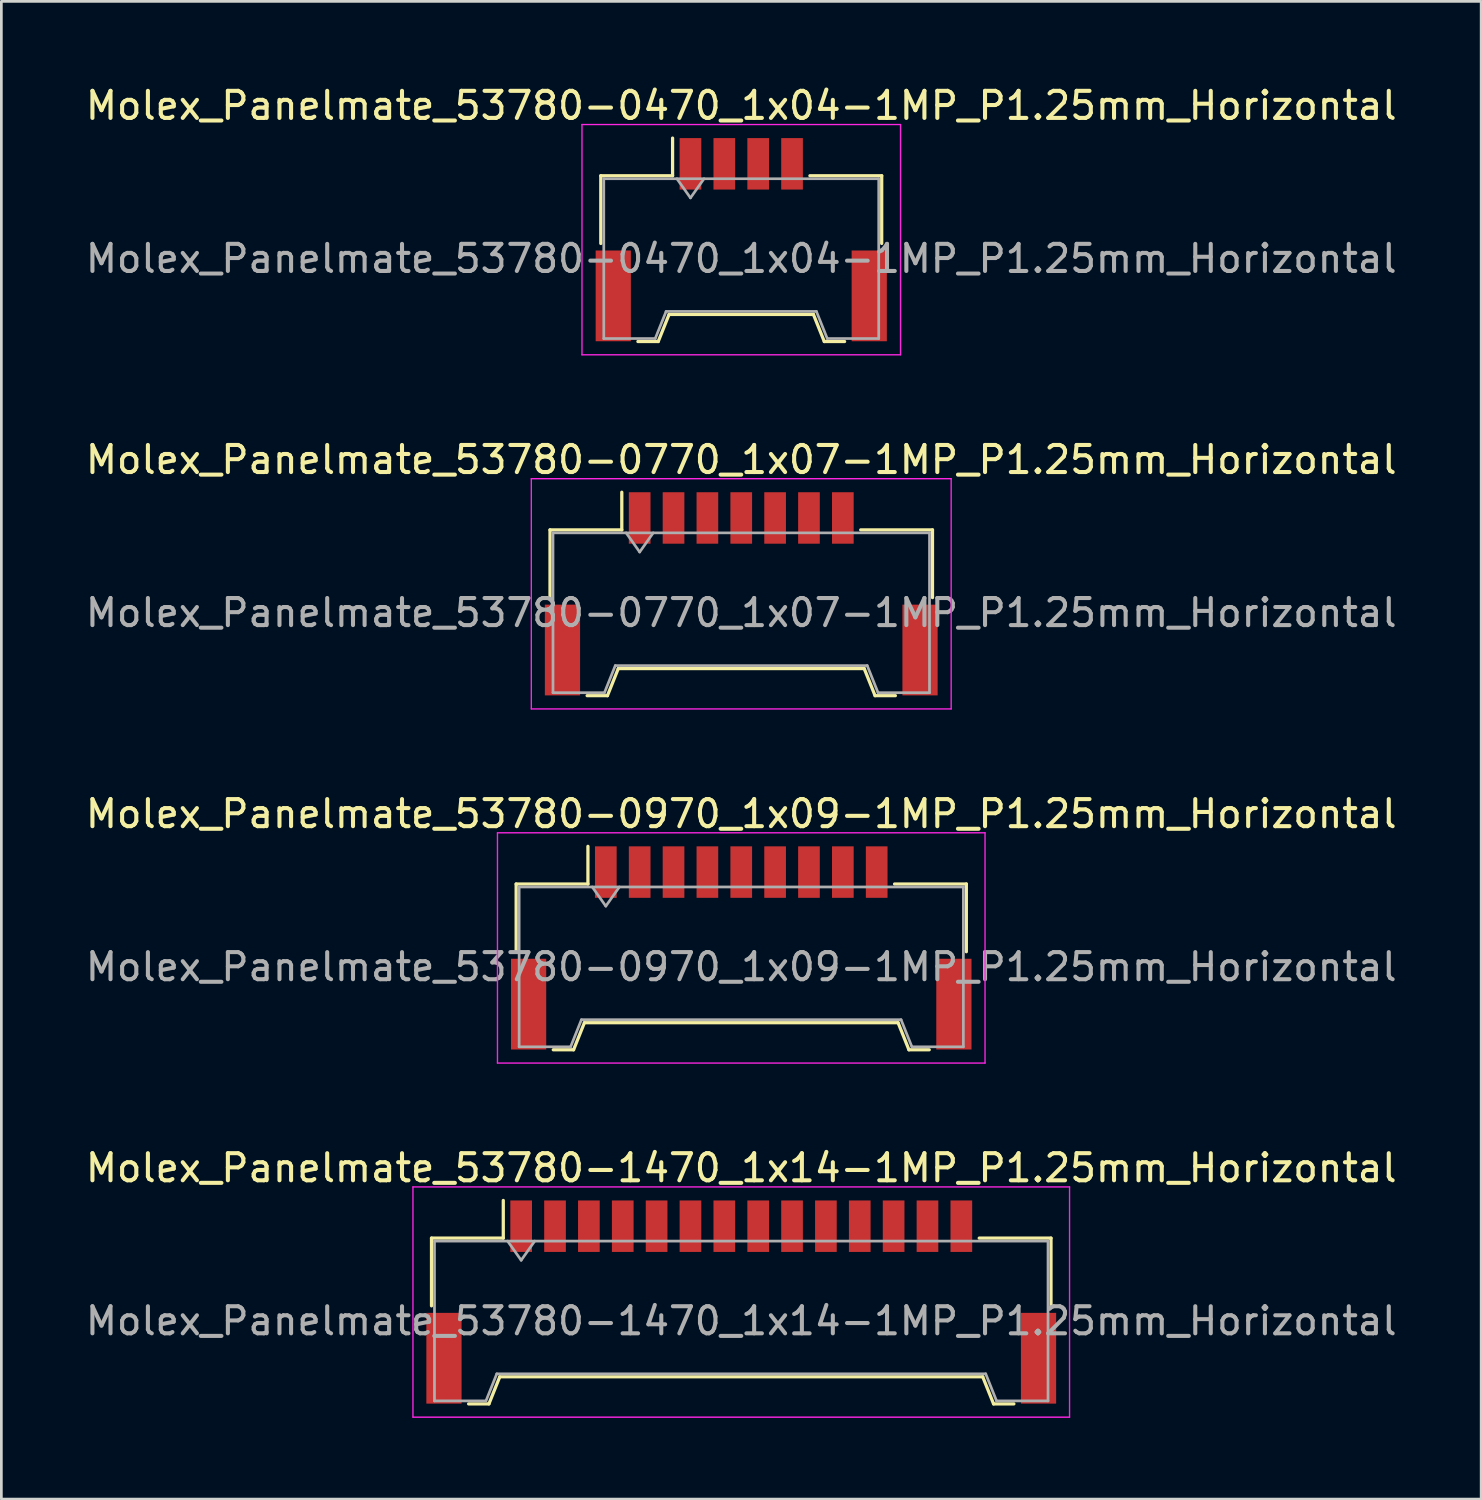
<source format=kicad_pcb>
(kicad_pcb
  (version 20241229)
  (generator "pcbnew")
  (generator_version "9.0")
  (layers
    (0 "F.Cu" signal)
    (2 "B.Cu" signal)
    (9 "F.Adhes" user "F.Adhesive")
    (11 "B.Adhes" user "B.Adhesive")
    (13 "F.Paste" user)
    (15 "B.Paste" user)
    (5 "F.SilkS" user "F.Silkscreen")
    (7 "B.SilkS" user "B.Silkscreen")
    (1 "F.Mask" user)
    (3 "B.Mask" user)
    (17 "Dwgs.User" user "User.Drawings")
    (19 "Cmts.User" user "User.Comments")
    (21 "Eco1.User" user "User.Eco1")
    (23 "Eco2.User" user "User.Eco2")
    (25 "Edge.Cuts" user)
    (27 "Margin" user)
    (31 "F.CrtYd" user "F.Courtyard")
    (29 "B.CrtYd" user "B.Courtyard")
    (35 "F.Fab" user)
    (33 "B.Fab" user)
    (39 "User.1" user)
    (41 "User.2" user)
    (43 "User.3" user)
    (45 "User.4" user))
  (footprint "Molex_Panelmate_53780-0970_1x09-1MP_P1.25mm_Horizontal"
    (layer "F.Cu")
    (at 24.315 31.945)
    (property "Reference" "Molex_Panelmate_53780-0970_1x09-1MP_P1.25mm_Horizontal" (at 0 -4.95 0) (layer "F.SilkS") (effects (font (size 1 1) (thickness 0.15))))
    (attr smd)
    (fp_line (start -8.31 -2.36) (end -5.66 -2.36) (stroke (width 0.12) (type solid)) (layer "F.SilkS"))
    (fp_line (start -8.31 0.14) (end -8.31 -2.36) (stroke (width 0.12) (type solid)) (layer "F.SilkS"))
    (fp_line (start -6.94 3.76) (end -6.19 3.76) (stroke (width 0.12) (type solid)) (layer "F.SilkS"))
    (fp_line (start -6.19 3.76) (end -5.79 2.76) (stroke (width 0.12) (type solid)) (layer "F.SilkS"))
    (fp_line (start -5.79 2.76) (end 5.79 2.76) (stroke (width 0.12) (type solid)) (layer "F.SilkS"))
    (fp_line (start -5.66 -2.36) (end -5.66 -3.75) (stroke (width 0.12) (type solid)) (layer "F.SilkS"))
    (fp_line (start 5.79 2.76) (end 6.19 3.76) (stroke (width 0.12) (type solid)) (layer "F.SilkS"))
    (fp_line (start 6.19 3.76) (end 6.94 3.76) (stroke (width 0.12) (type solid)) (layer "F.SilkS"))
    (fp_line (start 8.31 -2.36) (end 5.66 -2.36) (stroke (width 0.12) (type solid)) (layer "F.SilkS"))
    (fp_line (start 8.31 0.14) (end 8.31 -2.36) (stroke (width 0.12) (type solid)) (layer "F.SilkS"))
    (fp_line (start -9 -4.25) (end -9 4.25) (stroke (width 0.05) (type solid)) (layer "F.CrtYd"))
    (fp_line (start -9 4.25) (end 9 4.25) (stroke (width 0.05) (type solid)) (layer "F.CrtYd"))
    (fp_line (start 9 -4.25) (end -9 -4.25) (stroke (width 0.05) (type solid)) (layer "F.CrtYd"))
    (fp_line (start 9 4.25) (end 9 -4.25) (stroke (width 0.05) (type solid)) (layer "F.CrtYd"))
    (fp_line (start -8.2 -2.25) (end -8.2 3.65) (stroke (width 0.1) (type solid)) (layer "F.Fab"))
    (fp_line (start -8.2 -2.25) (end 8.2 -2.25) (stroke (width 0.1) (type solid)) (layer "F.Fab"))
    (fp_line (start -8.2 3.65) (end -6.3 3.65) (stroke (width 0.1) (type solid)) (layer "F.Fab"))
    (fp_line (start -6.3 3.65) (end -5.9 2.65) (stroke (width 0.1) (type solid)) (layer "F.Fab"))
    (fp_line (start -5.9 2.65) (end 5.9 2.65) (stroke (width 0.1) (type solid)) (layer "F.Fab"))
    (fp_line (start -5.5 -2.25) (end -5 -1.543) (stroke (width 0.1) (type solid)) (layer "F.Fab"))
    (fp_line (start -5 -1.543) (end -4.5 -2.25) (stroke (width 0.1) (type solid)) (layer "F.Fab"))
    (fp_line (start 5.9 2.65) (end 6.3 3.65) (stroke (width 0.1) (type solid)) (layer "F.Fab"))
    (fp_line (start 6.3 3.65) (end 8.2 3.65) (stroke (width 0.1) (type solid)) (layer "F.Fab"))
    (fp_line (start 8.2 -2.25) (end 8.2 3.65) (stroke (width 0.1) (type solid)) (layer "F.Fab"))
    (fp_text user "${REFERENCE}" (at 0 0.7 0) (layer "F.Fab") (effects (font (size 1 1) (thickness 0.15))))
    (pad "1" smd rect (at -5 -2.8) (size 0.8 1.9) (layers "F.Cu" "F.Mask" "F.Paste"))
    (pad "2" smd rect (at -3.75 -2.8) (size 0.8 1.9) (layers "F.Cu" "F.Mask" "F.Paste"))
    (pad "3" smd rect (at -2.5 -2.8) (size 0.8 1.9) (layers "F.Cu" "F.Mask" "F.Paste"))
    (pad "4" smd rect (at -1.25 -2.8) (size 0.8 1.9) (layers "F.Cu" "F.Mask" "F.Paste"))
    (pad "5" smd rect (at 0 -2.8) (size 0.8 1.9) (layers "F.Cu" "F.Mask" "F.Paste"))
    (pad "6" smd rect (at 1.25 -2.8) (size 0.8 1.9) (layers "F.Cu" "F.Mask" "F.Paste"))
    (pad "7" smd rect (at 2.5 -2.8) (size 0.8 1.9) (layers "F.Cu" "F.Mask" "F.Paste"))
    (pad "8" smd rect (at 3.75 -2.8) (size 0.8 1.9) (layers "F.Cu" "F.Mask" "F.Paste"))
    (pad "9" smd rect (at 5 -2.8) (size 0.8 1.9) (layers "F.Cu" "F.Mask" "F.Paste"))
    (pad "MP" smd rect (at -7.85 2.075) (size 1.3 3.35) (layers "F.Cu" "F.Mask" "F.Paste"))
    (pad "MP" smd rect (at 7.85 2.075) (size 1.3 3.35) (layers "F.Cu" "F.Mask" "F.Paste")))
  (footprint "Molex_Panelmate_53780-1470_1x14-1MP_P1.25mm_Horizontal"
    (layer "F.Cu")
    (at 24.315 45.018)
    (property "Reference" "Molex_Panelmate_53780-1470_1x14-1MP_P1.25mm_Horizontal" (at 0 -4.95 0) (layer "F.SilkS") (effects (font (size 1 1) (thickness 0.15))))
    (attr smd)
    (fp_line (start -11.435 -2.36) (end -8.785 -2.36) (stroke (width 0.12) (type solid)) (layer "F.SilkS"))
    (fp_line (start -11.435 0.14) (end -11.435 -2.36) (stroke (width 0.12) (type solid)) (layer "F.SilkS"))
    (fp_line (start -10.065 3.76) (end -9.315 3.76) (stroke (width 0.12) (type solid)) (layer "F.SilkS"))
    (fp_line (start -9.315 3.76) (end -8.915 2.76) (stroke (width 0.12) (type solid)) (layer "F.SilkS"))
    (fp_line (start -8.915 2.76) (end 8.915 2.76) (stroke (width 0.12) (type solid)) (layer "F.SilkS"))
    (fp_line (start -8.785 -2.36) (end -8.785 -3.75) (stroke (width 0.12) (type solid)) (layer "F.SilkS"))
    (fp_line (start 8.915 2.76) (end 9.315 3.76) (stroke (width 0.12) (type solid)) (layer "F.SilkS"))
    (fp_line (start 9.315 3.76) (end 10.065 3.76) (stroke (width 0.12) (type solid)) (layer "F.SilkS"))
    (fp_line (start 11.435 -2.36) (end 8.785 -2.36) (stroke (width 0.12) (type solid)) (layer "F.SilkS"))
    (fp_line (start 11.435 0.14) (end 11.435 -2.36) (stroke (width 0.12) (type solid)) (layer "F.SilkS"))
    (fp_line (start -12.12 -4.25) (end -12.12 4.25) (stroke (width 0.05) (type solid)) (layer "F.CrtYd"))
    (fp_line (start -12.12 4.25) (end 12.12 4.25) (stroke (width 0.05) (type solid)) (layer "F.CrtYd"))
    (fp_line (start 12.12 -4.25) (end -12.12 -4.25) (stroke (width 0.05) (type solid)) (layer "F.CrtYd"))
    (fp_line (start 12.12 4.25) (end 12.12 -4.25) (stroke (width 0.05) (type solid)) (layer "F.CrtYd"))
    (fp_line (start -11.325 -2.25) (end -11.325 3.65) (stroke (width 0.1) (type solid)) (layer "F.Fab"))
    (fp_line (start -11.325 -2.25) (end 11.325 -2.25) (stroke (width 0.1) (type solid)) (layer "F.Fab"))
    (fp_line (start -11.325 3.65) (end -9.425 3.65) (stroke (width 0.1) (type solid)) (layer "F.Fab"))
    (fp_line (start -9.425 3.65) (end -9.025 2.65) (stroke (width 0.1) (type solid)) (layer "F.Fab"))
    (fp_line (start -9.025 2.65) (end 9.025 2.65) (stroke (width 0.1) (type solid)) (layer "F.Fab"))
    (fp_line (start -8.625 -2.25) (end -8.125 -1.543) (stroke (width 0.1) (type solid)) (layer "F.Fab"))
    (fp_line (start -8.125 -1.543) (end -7.625 -2.25) (stroke (width 0.1) (type solid)) (layer "F.Fab"))
    (fp_line (start 9.025 2.65) (end 9.425 3.65) (stroke (width 0.1) (type solid)) (layer "F.Fab"))
    (fp_line (start 9.425 3.65) (end 11.325 3.65) (stroke (width 0.1) (type solid)) (layer "F.Fab"))
    (fp_line (start 11.325 -2.25) (end 11.325 3.65) (stroke (width 0.1) (type solid)) (layer "F.Fab"))
    (fp_text user "${REFERENCE}" (at 0 0.7 0) (layer "F.Fab") (effects (font (size 1 1) (thickness 0.15))))
    (pad "1" smd rect (at -8.125 -2.8) (size 0.8 1.9) (layers "F.Cu" "F.Mask" "F.Paste"))
    (pad "2" smd rect (at -6.875 -2.8) (size 0.8 1.9) (layers "F.Cu" "F.Mask" "F.Paste"))
    (pad "3" smd rect (at -5.625 -2.8) (size 0.8 1.9) (layers "F.Cu" "F.Mask" "F.Paste"))
    (pad "4" smd rect (at -4.375 -2.8) (size 0.8 1.9) (layers "F.Cu" "F.Mask" "F.Paste"))
    (pad "5" smd rect (at -3.125 -2.8) (size 0.8 1.9) (layers "F.Cu" "F.Mask" "F.Paste"))
    (pad "6" smd rect (at -1.875 -2.8) (size 0.8 1.9) (layers "F.Cu" "F.Mask" "F.Paste"))
    (pad "7" smd rect (at -0.625 -2.8) (size 0.8 1.9) (layers "F.Cu" "F.Mask" "F.Paste"))
    (pad "8" smd rect (at 0.625 -2.8) (size 0.8 1.9) (layers "F.Cu" "F.Mask" "F.Paste"))
    (pad "9" smd rect (at 1.875 -2.8) (size 0.8 1.9) (layers "F.Cu" "F.Mask" "F.Paste"))
    (pad "10" smd rect (at 3.125 -2.8) (size 0.8 1.9) (layers "F.Cu" "F.Mask" "F.Paste"))
    (pad "11" smd rect (at 4.375 -2.8) (size 0.8 1.9) (layers "F.Cu" "F.Mask" "F.Paste"))
    (pad "12" smd rect (at 5.625 -2.8) (size 0.8 1.9) (layers "F.Cu" "F.Mask" "F.Paste"))
    (pad "13" smd rect (at 6.875 -2.8) (size 0.8 1.9) (layers "F.Cu" "F.Mask" "F.Paste"))
    (pad "14" smd rect (at 8.125 -2.8) (size 0.8 1.9) (layers "F.Cu" "F.Mask" "F.Paste"))
    (pad "MP" smd rect (at -10.975 2.075) (size 1.3 3.35) (layers "F.Cu" "F.Mask" "F.Paste"))
    (pad "MP" smd rect (at 10.975 2.075) (size 1.3 3.35) (layers "F.Cu" "F.Mask" "F.Paste")))
  (footprint "Molex_Panelmate_53780-0770_1x07-1MP_P1.25mm_Horizontal"
    (layer "F.Cu")
    (at 24.315 18.872)
    (property "Reference" "Molex_Panelmate_53780-0770_1x07-1MP_P1.25mm_Horizontal" (at 0 -4.95 0) (layer "F.SilkS") (effects (font (size 1 1) (thickness 0.15))))
    (attr smd)
    (fp_line (start -7.06 -2.36) (end -4.41 -2.36) (stroke (width 0.12) (type solid)) (layer "F.SilkS"))
    (fp_line (start -7.06 0.14) (end -7.06 -2.36) (stroke (width 0.12) (type solid)) (layer "F.SilkS"))
    (fp_line (start -5.69 3.76) (end -4.94 3.76) (stroke (width 0.12) (type solid)) (layer "F.SilkS"))
    (fp_line (start -4.94 3.76) (end -4.54 2.76) (stroke (width 0.12) (type solid)) (layer "F.SilkS"))
    (fp_line (start -4.54 2.76) (end 4.54 2.76) (stroke (width 0.12) (type solid)) (layer "F.SilkS"))
    (fp_line (start -4.41 -2.36) (end -4.41 -3.75) (stroke (width 0.12) (type solid)) (layer "F.SilkS"))
    (fp_line (start 4.54 2.76) (end 4.94 3.76) (stroke (width 0.12) (type solid)) (layer "F.SilkS"))
    (fp_line (start 4.94 3.76) (end 5.69 3.76) (stroke (width 0.12) (type solid)) (layer "F.SilkS"))
    (fp_line (start 7.06 -2.36) (end 4.41 -2.36) (stroke (width 0.12) (type solid)) (layer "F.SilkS"))
    (fp_line (start 7.06 0.14) (end 7.06 -2.36) (stroke (width 0.12) (type solid)) (layer "F.SilkS"))
    (fp_line (start -7.75 -4.25) (end -7.75 4.25) (stroke (width 0.05) (type solid)) (layer "F.CrtYd"))
    (fp_line (start -7.75 4.25) (end 7.75 4.25) (stroke (width 0.05) (type solid)) (layer "F.CrtYd"))
    (fp_line (start 7.75 -4.25) (end -7.75 -4.25) (stroke (width 0.05) (type solid)) (layer "F.CrtYd"))
    (fp_line (start 7.75 4.25) (end 7.75 -4.25) (stroke (width 0.05) (type solid)) (layer "F.CrtYd"))
    (fp_line (start -6.95 -2.25) (end -6.95 3.65) (stroke (width 0.1) (type solid)) (layer "F.Fab"))
    (fp_line (start -6.95 -2.25) (end 6.95 -2.25) (stroke (width 0.1) (type solid)) (layer "F.Fab"))
    (fp_line (start -6.95 3.65) (end -5.05 3.65) (stroke (width 0.1) (type solid)) (layer "F.Fab"))
    (fp_line (start -5.05 3.65) (end -4.65 2.65) (stroke (width 0.1) (type solid)) (layer "F.Fab"))
    (fp_line (start -4.65 2.65) (end 4.65 2.65) (stroke (width 0.1) (type solid)) (layer "F.Fab"))
    (fp_line (start -4.25 -2.25) (end -3.75 -1.543) (stroke (width 0.1) (type solid)) (layer "F.Fab"))
    (fp_line (start -3.75 -1.543) (end -3.25 -2.25) (stroke (width 0.1) (type solid)) (layer "F.Fab"))
    (fp_line (start 4.65 2.65) (end 5.05 3.65) (stroke (width 0.1) (type solid)) (layer "F.Fab"))
    (fp_line (start 5.05 3.65) (end 6.95 3.65) (stroke (width 0.1) (type solid)) (layer "F.Fab"))
    (fp_line (start 6.95 -2.25) (end 6.95 3.65) (stroke (width 0.1) (type solid)) (layer "F.Fab"))
    (fp_text user "${REFERENCE}" (at 0 0.7 0) (layer "F.Fab") (effects (font (size 1 1) (thickness 0.15))))
    (pad "1" smd rect (at -3.75 -2.8) (size 0.8 1.9) (layers "F.Cu" "F.Mask" "F.Paste"))
    (pad "2" smd rect (at -2.5 -2.8) (size 0.8 1.9) (layers "F.Cu" "F.Mask" "F.Paste"))
    (pad "3" smd rect (at -1.25 -2.8) (size 0.8 1.9) (layers "F.Cu" "F.Mask" "F.Paste"))
    (pad "4" smd rect (at 0 -2.8) (size 0.8 1.9) (layers "F.Cu" "F.Mask" "F.Paste"))
    (pad "5" smd rect (at 1.25 -2.8) (size 0.8 1.9) (layers "F.Cu" "F.Mask" "F.Paste"))
    (pad "6" smd rect (at 2.5 -2.8) (size 0.8 1.9) (layers "F.Cu" "F.Mask" "F.Paste"))
    (pad "7" smd rect (at 3.75 -2.8) (size 0.8 1.9) (layers "F.Cu" "F.Mask" "F.Paste"))
    (pad "MP" smd rect (at -6.6 2.075) (size 1.3 3.35) (layers "F.Cu" "F.Mask" "F.Paste"))
    (pad "MP" smd rect (at 6.6 2.075) (size 1.3 3.35) (layers "F.Cu" "F.Mask" "F.Paste")))
  (footprint "Molex_Panelmate_53780-0470_1x04-1MP_P1.25mm_Horizontal"
    (layer "F.Cu")
    (at 24.315 5.798)
    (property "Reference" "Molex_Panelmate_53780-0470_1x04-1MP_P1.25mm_Horizontal" (at 0 -4.95 0) (layer "F.SilkS") (effects (font (size 1 1) (thickness 0.15))))
    (attr smd)
    (fp_line (start -5.185 -2.36) (end -2.535 -2.36) (stroke (width 0.12) (type solid)) (layer "F.SilkS"))
    (fp_line (start -5.185 0.14) (end -5.185 -2.36) (stroke (width 0.12) (type solid)) (layer "F.SilkS"))
    (fp_line (start -3.815 3.76) (end -3.065 3.76) (stroke (width 0.12) (type solid)) (layer "F.SilkS"))
    (fp_line (start -3.065 3.76) (end -2.665 2.76) (stroke (width 0.12) (type solid)) (layer "F.SilkS"))
    (fp_line (start -2.665 2.76) (end 2.665 2.76) (stroke (width 0.12) (type solid)) (layer "F.SilkS"))
    (fp_line (start -2.535 -2.36) (end -2.535 -3.75) (stroke (width 0.12) (type solid)) (layer "F.SilkS"))
    (fp_line (start 2.665 2.76) (end 3.065 3.76) (stroke (width 0.12) (type solid)) (layer "F.SilkS"))
    (fp_line (start 3.065 3.76) (end 3.815 3.76) (stroke (width 0.12) (type solid)) (layer "F.SilkS"))
    (fp_line (start 5.185 -2.36) (end 2.535 -2.36) (stroke (width 0.12) (type solid)) (layer "F.SilkS"))
    (fp_line (start 5.185 0.14) (end 5.185 -2.36) (stroke (width 0.12) (type solid)) (layer "F.SilkS"))
    (fp_line (start -5.88 -4.25) (end -5.88 4.25) (stroke (width 0.05) (type solid)) (layer "F.CrtYd"))
    (fp_line (start -5.88 4.25) (end 5.88 4.25) (stroke (width 0.05) (type solid)) (layer "F.CrtYd"))
    (fp_line (start 5.88 -4.25) (end -5.88 -4.25) (stroke (width 0.05) (type solid)) (layer "F.CrtYd"))
    (fp_line (start 5.88 4.25) (end 5.88 -4.25) (stroke (width 0.05) (type solid)) (layer "F.CrtYd"))
    (fp_line (start -5.075 -2.25) (end -5.075 3.65) (stroke (width 0.1) (type solid)) (layer "F.Fab"))
    (fp_line (start -5.075 -2.25) (end 5.075 -2.25) (stroke (width 0.1) (type solid)) (layer "F.Fab"))
    (fp_line (start -5.075 3.65) (end -3.175 3.65) (stroke (width 0.1) (type solid)) (layer "F.Fab"))
    (fp_line (start -3.175 3.65) (end -2.775 2.65) (stroke (width 0.1) (type solid)) (layer "F.Fab"))
    (fp_line (start -2.775 2.65) (end 2.775 2.65) (stroke (width 0.1) (type solid)) (layer "F.Fab"))
    (fp_line (start -2.375 -2.25) (end -1.875 -1.543) (stroke (width 0.1) (type solid)) (layer "F.Fab"))
    (fp_line (start -1.875 -1.543) (end -1.375 -2.25) (stroke (width 0.1) (type solid)) (layer "F.Fab"))
    (fp_line (start 2.775 2.65) (end 3.175 3.65) (stroke (width 0.1) (type solid)) (layer "F.Fab"))
    (fp_line (start 3.175 3.65) (end 5.075 3.65) (stroke (width 0.1) (type solid)) (layer "F.Fab"))
    (fp_line (start 5.075 -2.25) (end 5.075 3.65) (stroke (width 0.1) (type solid)) (layer "F.Fab"))
    (fp_text user "${REFERENCE}" (at 0 0.7 0) (layer "F.Fab") (effects (font (size 1 1) (thickness 0.15))))
    (pad "1" smd rect (at -1.875 -2.8) (size 0.8 1.9) (layers "F.Cu" "F.Mask" "F.Paste"))
    (pad "2" smd rect (at -0.625 -2.8) (size 0.8 1.9) (layers "F.Cu" "F.Mask" "F.Paste"))
    (pad "3" smd rect (at 0.625 -2.8) (size 0.8 1.9) (layers "F.Cu" "F.Mask" "F.Paste"))
    (pad "4" smd rect (at 1.875 -2.8) (size 0.8 1.9) (layers "F.Cu" "F.Mask" "F.Paste"))
    (pad "MP" smd rect (at -4.725 2.075) (size 1.3 3.35) (layers "F.Cu" "F.Mask" "F.Paste"))
    (pad "MP" smd rect (at 4.725 2.075) (size 1.3 3.35) (layers "F.Cu" "F.Mask" "F.Paste")))
  (gr_rect
    (start -3 -3)
    (end 51.631 52.293)
    (stroke (width 0.1) (type default))
    (fill no)
    (layer "Edge.Cuts")))
</source>
